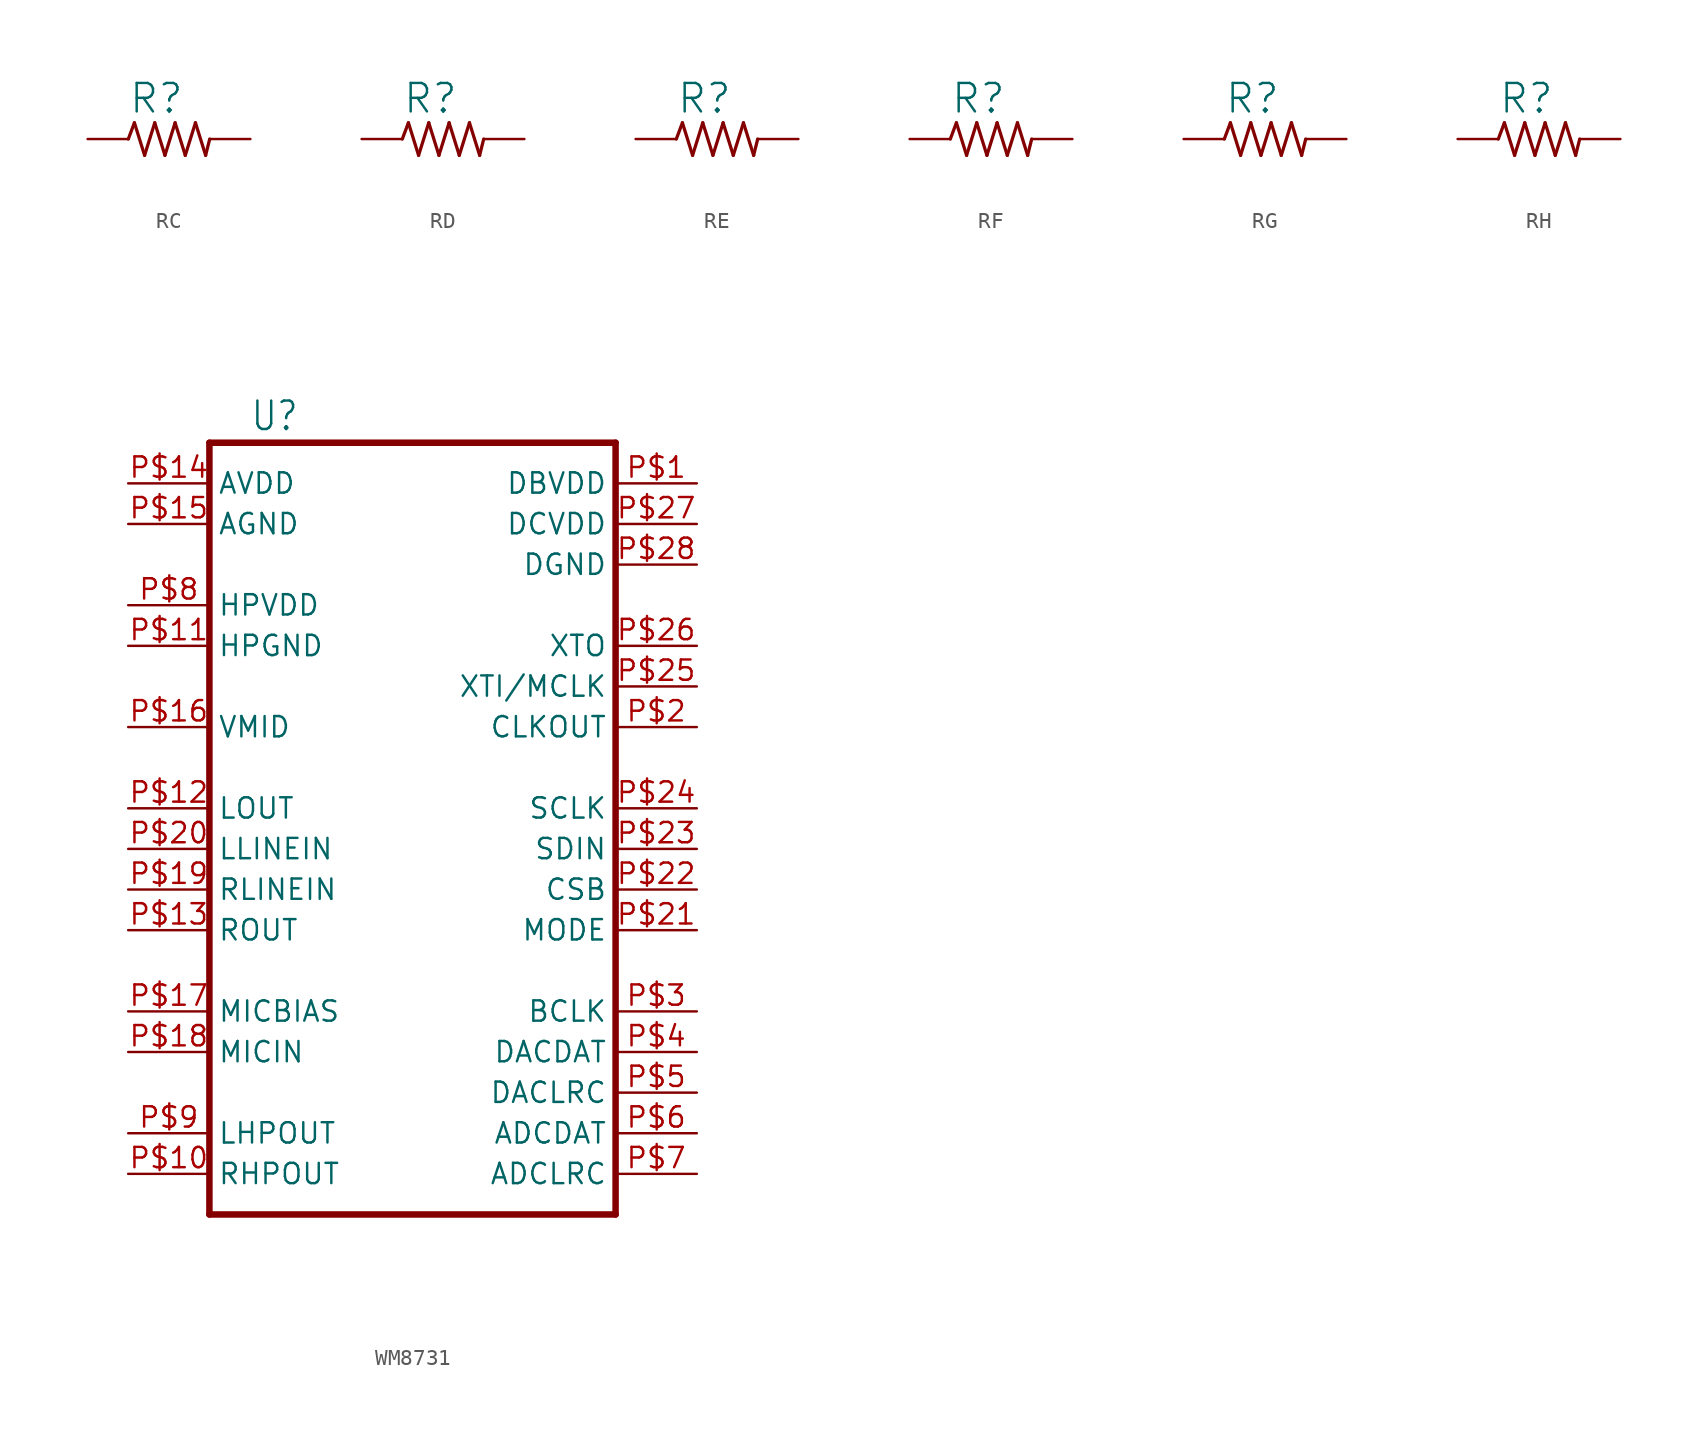
<source format=kicad_sym>
(kicad_symbol_lib
  (version 20231120)
  (generator "kicad_symbol_editor")
  (generator_version "8.0")
  (symbol "RC"
    (property "Reference" "R"
      (at -2.54 1.499 0)
      (effects (font (size 1.778 1.778)) (justify left bottom)))
    (property "Value" ""
      (at -5.08 -3.302 0)
      (effects (font (size 1.778 1.778)) (justify left bottom)))
    (property "ki_locked" ""
      (at 0 0 0)
      (effects (font (size 1.27 1.27))))
    (symbol "RC_1_0"
      (polyline (pts (xy -2.54 0) (xy -2.159 1.016)) (stroke (width 0.203) (type solid)) (fill (type none)))
      (polyline (pts (xy -2.159 1.016) (xy -1.524 -1.016)) (stroke (width 0.203) (type solid)) (fill (type none)))
      (polyline (pts (xy -1.524 -1.016) (xy -0.889 1.016)) (stroke (width 0.203) (type solid)) (fill (type none)))
      (polyline (pts (xy -0.889 1.016) (xy -0.254 -1.016)) (stroke (width 0.203) (type solid)) (fill (type none)))
      (polyline (pts (xy -0.254 -1.016) (xy 0.381 1.016)) (stroke (width 0.203) (type solid)) (fill (type none)))
      (polyline (pts (xy 0.381 1.016) (xy 1.016 -1.016)) (stroke (width 0.203) (type solid)) (fill (type none)))
      (polyline (pts (xy 1.016 -1.016) (xy 1.651 1.016)) (stroke (width 0.203) (type solid)) (fill (type none)))
      (polyline (pts (xy 1.651 1.016) (xy 2.286 -1.016)) (stroke (width 0.203) (type solid)) (fill (type none)))
      (polyline (pts (xy 2.286 -1.016) (xy 2.54 0)) (stroke (width 0.203) (type solid)) (fill (type none)))
      (pin passive line (at -5.08 0 0) (length 2.54) (name "1" (effects (font (size 0 0)))) (number "1" (effects (font (size 0 0)))))
      (pin passive line (at 5.08 0 180) (length 2.54) (name "2" (effects (font (size 0 0)))) (number "2" (effects (font (size 0 0)))))))
  (symbol "RD"
    (property "Reference" "R"
      (at -2.54 1.499 0)
      (effects (font (size 1.778 1.778)) (justify left bottom)))
    (property "Value" ""
      (at -5.08 -3.302 0)
      (effects (font (size 1.778 1.778)) (justify left bottom)))
    (property "ki_locked" ""
      (at 0 0 0)
      (effects (font (size 1.27 1.27))))
    (symbol "RD_1_0"
      (polyline (pts (xy -2.54 0) (xy -2.159 1.016)) (stroke (width 0.203) (type solid)) (fill (type none)))
      (polyline (pts (xy -2.159 1.016) (xy -1.524 -1.016)) (stroke (width 0.203) (type solid)) (fill (type none)))
      (polyline (pts (xy -1.524 -1.016) (xy -0.889 1.016)) (stroke (width 0.203) (type solid)) (fill (type none)))
      (polyline (pts (xy -0.889 1.016) (xy -0.254 -1.016)) (stroke (width 0.203) (type solid)) (fill (type none)))
      (polyline (pts (xy -0.254 -1.016) (xy 0.381 1.016)) (stroke (width 0.203) (type solid)) (fill (type none)))
      (polyline (pts (xy 0.381 1.016) (xy 1.016 -1.016)) (stroke (width 0.203) (type solid)) (fill (type none)))
      (polyline (pts (xy 1.016 -1.016) (xy 1.651 1.016)) (stroke (width 0.203) (type solid)) (fill (type none)))
      (polyline (pts (xy 1.651 1.016) (xy 2.286 -1.016)) (stroke (width 0.203) (type solid)) (fill (type none)))
      (polyline (pts (xy 2.286 -1.016) (xy 2.54 0)) (stroke (width 0.203) (type solid)) (fill (type none)))
      (pin passive line (at -5.08 0 0) (length 2.54) (name "1" (effects (font (size 0 0)))) (number "1" (effects (font (size 0 0)))))
      (pin passive line (at 5.08 0 180) (length 2.54) (name "2" (effects (font (size 0 0)))) (number "2" (effects (font (size 0 0)))))))
  (symbol "RE"
    (property "Reference" "R"
      (at -2.54 1.499 0)
      (effects (font (size 1.778 1.778)) (justify left bottom)))
    (property "Value" ""
      (at -5.08 -3.302 0)
      (effects (font (size 1.778 1.778)) (justify left bottom)))
    (property "ki_locked" ""
      (at 0 0 0)
      (effects (font (size 1.27 1.27))))
    (symbol "RE_1_0"
      (polyline (pts (xy -2.54 0) (xy -2.159 1.016)) (stroke (width 0.203) (type solid)) (fill (type none)))
      (polyline (pts (xy -2.159 1.016) (xy -1.524 -1.016)) (stroke (width 0.203) (type solid)) (fill (type none)))
      (polyline (pts (xy -1.524 -1.016) (xy -0.889 1.016)) (stroke (width 0.203) (type solid)) (fill (type none)))
      (polyline (pts (xy -0.889 1.016) (xy -0.254 -1.016)) (stroke (width 0.203) (type solid)) (fill (type none)))
      (polyline (pts (xy -0.254 -1.016) (xy 0.381 1.016)) (stroke (width 0.203) (type solid)) (fill (type none)))
      (polyline (pts (xy 0.381 1.016) (xy 1.016 -1.016)) (stroke (width 0.203) (type solid)) (fill (type none)))
      (polyline (pts (xy 1.016 -1.016) (xy 1.651 1.016)) (stroke (width 0.203) (type solid)) (fill (type none)))
      (polyline (pts (xy 1.651 1.016) (xy 2.286 -1.016)) (stroke (width 0.203) (type solid)) (fill (type none)))
      (polyline (pts (xy 2.286 -1.016) (xy 2.54 0)) (stroke (width 0.203) (type solid)) (fill (type none)))
      (pin passive line (at -5.08 0 0) (length 2.54) (name "1" (effects (font (size 0 0)))) (number "P$1" (effects (font (size 0 0)))))
      (pin passive line (at 5.08 0 180) (length 2.54) (name "2" (effects (font (size 0 0)))) (number "P$2" (effects (font (size 0 0)))))))
  (symbol "RF"
    (property "Reference" "R"
      (at -2.54 1.499 0)
      (effects (font (size 1.778 1.778)) (justify left bottom)))
    (property "Value" ""
      (at -5.08 -3.302 0)
      (effects (font (size 1.778 1.778)) (justify left bottom)))
    (property "ki_locked" ""
      (at 0 0 0)
      (effects (font (size 1.27 1.27))))
    (symbol "RF_1_0"
      (polyline (pts (xy -2.54 0) (xy -2.159 1.016)) (stroke (width 0.203) (type solid)) (fill (type none)))
      (polyline (pts (xy -2.159 1.016) (xy -1.524 -1.016)) (stroke (width 0.203) (type solid)) (fill (type none)))
      (polyline (pts (xy -1.524 -1.016) (xy -0.889 1.016)) (stroke (width 0.203) (type solid)) (fill (type none)))
      (polyline (pts (xy -0.889 1.016) (xy -0.254 -1.016)) (stroke (width 0.203) (type solid)) (fill (type none)))
      (polyline (pts (xy -0.254 -1.016) (xy 0.381 1.016)) (stroke (width 0.203) (type solid)) (fill (type none)))
      (polyline (pts (xy 0.381 1.016) (xy 1.016 -1.016)) (stroke (width 0.203) (type solid)) (fill (type none)))
      (polyline (pts (xy 1.016 -1.016) (xy 1.651 1.016)) (stroke (width 0.203) (type solid)) (fill (type none)))
      (polyline (pts (xy 1.651 1.016) (xy 2.286 -1.016)) (stroke (width 0.203) (type solid)) (fill (type none)))
      (polyline (pts (xy 2.286 -1.016) (xy 2.54 0)) (stroke (width 0.203) (type solid)) (fill (type none)))
      (pin passive line (at -5.08 0 0) (length 2.54) (name "1" (effects (font (size 0 0)))) (number "1" (effects (font (size 0 0)))))
      (pin passive line (at 5.08 0 180) (length 2.54) (name "2" (effects (font (size 0 0)))) (number "2" (effects (font (size 0 0)))))))
  (symbol "RG"
    (property "Reference" "R"
      (at -2.54 1.499 0)
      (effects (font (size 1.778 1.778)) (justify left bottom)))
    (property "Value" ""
      (at -5.08 -3.302 0)
      (effects (font (size 1.778 1.778)) (justify left bottom)))
    (property "ki_locked" ""
      (at 0 0 0)
      (effects (font (size 1.27 1.27))))
    (symbol "RG_1_0"
      (polyline (pts (xy -2.54 0) (xy -2.159 1.016)) (stroke (width 0.203) (type solid)) (fill (type none)))
      (polyline (pts (xy -2.159 1.016) (xy -1.524 -1.016)) (stroke (width 0.203) (type solid)) (fill (type none)))
      (polyline (pts (xy -1.524 -1.016) (xy -0.889 1.016)) (stroke (width 0.203) (type solid)) (fill (type none)))
      (polyline (pts (xy -0.889 1.016) (xy -0.254 -1.016)) (stroke (width 0.203) (type solid)) (fill (type none)))
      (polyline (pts (xy -0.254 -1.016) (xy 0.381 1.016)) (stroke (width 0.203) (type solid)) (fill (type none)))
      (polyline (pts (xy 0.381 1.016) (xy 1.016 -1.016)) (stroke (width 0.203) (type solid)) (fill (type none)))
      (polyline (pts (xy 1.016 -1.016) (xy 1.651 1.016)) (stroke (width 0.203) (type solid)) (fill (type none)))
      (polyline (pts (xy 1.651 1.016) (xy 2.286 -1.016)) (stroke (width 0.203) (type solid)) (fill (type none)))
      (polyline (pts (xy 2.286 -1.016) (xy 2.54 0)) (stroke (width 0.203) (type solid)) (fill (type none)))
      (pin passive line (at -5.08 0 0) (length 2.54) (name "1" (effects (font (size 0 0)))) (number "1" (effects (font (size 0 0)))))
      (pin passive line (at 5.08 0 180) (length 2.54) (name "2" (effects (font (size 0 0)))) (number "2" (effects (font (size 0 0)))))))
  (symbol "RH"
    (property "Reference" "R"
      (at -2.54 1.499 0)
      (effects (font (size 1.778 1.778)) (justify left bottom)))
    (property "Value" ""
      (at -5.08 -3.302 0)
      (effects (font (size 1.778 1.778)) (justify left bottom)))
    (property "ki_locked" ""
      (at 0 0 0)
      (effects (font (size 1.27 1.27))))
    (symbol "RH_1_0"
      (polyline (pts (xy -2.54 0) (xy -2.159 1.016)) (stroke (width 0.203) (type solid)) (fill (type none)))
      (polyline (pts (xy -2.159 1.016) (xy -1.524 -1.016)) (stroke (width 0.203) (type solid)) (fill (type none)))
      (polyline (pts (xy -1.524 -1.016) (xy -0.889 1.016)) (stroke (width 0.203) (type solid)) (fill (type none)))
      (polyline (pts (xy -0.889 1.016) (xy -0.254 -1.016)) (stroke (width 0.203) (type solid)) (fill (type none)))
      (polyline (pts (xy -0.254 -1.016) (xy 0.381 1.016)) (stroke (width 0.203) (type solid)) (fill (type none)))
      (polyline (pts (xy 0.381 1.016) (xy 1.016 -1.016)) (stroke (width 0.203) (type solid)) (fill (type none)))
      (polyline (pts (xy 1.016 -1.016) (xy 1.651 1.016)) (stroke (width 0.203) (type solid)) (fill (type none)))
      (polyline (pts (xy 1.651 1.016) (xy 2.286 -1.016)) (stroke (width 0.203) (type solid)) (fill (type none)))
      (polyline (pts (xy 2.286 -1.016) (xy 2.54 0)) (stroke (width 0.203) (type solid)) (fill (type none)))
      (pin passive line (at -5.08 0 0) (length 2.54) (name "1" (effects (font (size 0 0)))) (number "1" (effects (font (size 0 0)))))
      (pin passive line (at 5.08 0 180) (length 2.54) (name "2" (effects (font (size 0 0)))) (number "2" (effects (font (size 0 0)))))))
  (symbol "WM8731"
    (property "Reference" "U"
      (at -10.16 23.495 0)
      (effects (font (size 1.778 1.511)) (justify left bottom)))
    (property "Value" ""
      (at -10.16 -27.94 0)
      (effects (font (size 1.778 1.511)) (justify left bottom)))
    (property "ki_locked" ""
      (at 0 0 0)
      (effects (font (size 1.27 1.27))))
    (symbol "WM8731_1_0"
      (polyline (pts (xy -12.7 -25.4) (xy -12.7 22.86)) (stroke (width 0.406) (type solid)) (fill (type none)))
      (polyline (pts (xy -12.7 22.86) (xy 12.7 22.86)) (stroke (width 0.406) (type solid)) (fill (type none)))
      (polyline (pts (xy 12.7 -25.4) (xy -12.7 -25.4)) (stroke (width 0.406) (type solid)) (fill (type none)))
      (polyline (pts (xy 12.7 22.86) (xy 12.7 -25.4)) (stroke (width 0.406) (type solid)) (fill (type none)))
      (pin power_in line (at 17.78 20.32 180) (length 5.08) (name "DBVDD" (effects (font (size 1.27 1.27)))) (number "P$1" (effects (font (size 1.27 1.27)))))
      (pin output line (at -17.78 -22.86 0) (length 5.08) (name "RHPOUT" (effects (font (size 1.27 1.27)))) (number "P$10" (effects (font (size 1.27 1.27)))))
      (pin power_in line (at -17.78 10.16 0) (length 5.08) (name "HPGND" (effects (font (size 1.27 1.27)))) (number "P$11" (effects (font (size 1.27 1.27)))))
      (pin output line (at -17.78 0 0) (length 5.08) (name "LOUT" (effects (font (size 1.27 1.27)))) (number "P$12" (effects (font (size 1.27 1.27)))))
      (pin output line (at -17.78 -7.62 0) (length 5.08) (name "ROUT" (effects (font (size 1.27 1.27)))) (number "P$13" (effects (font (size 1.27 1.27)))))
      (pin power_in line (at -17.78 20.32 0) (length 5.08) (name "AVDD" (effects (font (size 1.27 1.27)))) (number "P$14" (effects (font (size 1.27 1.27)))))
      (pin power_in line (at -17.78 17.78 0) (length 5.08) (name "AGND" (effects (font (size 1.27 1.27)))) (number "P$15" (effects (font (size 1.27 1.27)))))
      (pin output line (at -17.78 5.08 0) (length 5.08) (name "VMID" (effects (font (size 1.27 1.27)))) (number "P$16" (effects (font (size 1.27 1.27)))))
      (pin output line (at -17.78 -12.7 0) (length 5.08) (name "MICBIAS" (effects (font (size 1.27 1.27)))) (number "P$17" (effects (font (size 1.27 1.27)))))
      (pin input line (at -17.78 -15.24 0) (length 5.08) (name "MICIN" (effects (font (size 1.27 1.27)))) (number "P$18" (effects (font (size 1.27 1.27)))))
      (pin input line (at -17.78 -5.08 0) (length 5.08) (name "RLINEIN" (effects (font (size 1.27 1.27)))) (number "P$19" (effects (font (size 1.27 1.27)))))
      (pin output line (at 17.78 5.08 180) (length 5.08) (name "CLKOUT" (effects (font (size 1.27 1.27)))) (number "P$2" (effects (font (size 1.27 1.27)))))
      (pin input line (at -17.78 -2.54 0) (length 5.08) (name "LLINEIN" (effects (font (size 1.27 1.27)))) (number "P$20" (effects (font (size 1.27 1.27)))))
      (pin input line (at 17.78 -7.62 180) (length 5.08) (name "MODE" (effects (font (size 1.27 1.27)))) (number "P$21" (effects (font (size 1.27 1.27)))))
      (pin input line (at 17.78 -5.08 180) (length 5.08) (name "CSB" (effects (font (size 1.27 1.27)))) (number "P$22" (effects (font (size 1.27 1.27)))))
      (pin bidirectional line (at 17.78 -2.54 180) (length 5.08) (name "SDIN" (effects (font (size 1.27 1.27)))) (number "P$23" (effects (font (size 1.27 1.27)))))
      (pin input line (at 17.78 0 180) (length 5.08) (name "SCLK" (effects (font (size 1.27 1.27)))) (number "P$24" (effects (font (size 1.27 1.27)))))
      (pin input line (at 17.78 7.62 180) (length 5.08) (name "XTI/MCLK" (effects (font (size 1.27 1.27)))) (number "P$25" (effects (font (size 1.27 1.27)))))
      (pin output line (at 17.78 10.16 180) (length 5.08) (name "XTO" (effects (font (size 1.27 1.27)))) (number "P$26" (effects (font (size 1.27 1.27)))))
      (pin power_in line (at 17.78 17.78 180) (length 5.08) (name "DCVDD" (effects (font (size 1.27 1.27)))) (number "P$27" (effects (font (size 1.27 1.27)))))
      (pin power_in line (at 17.78 15.24 180) (length 5.08) (name "DGND" (effects (font (size 1.27 1.27)))) (number "P$28" (effects (font (size 1.27 1.27)))))
      (pin bidirectional line (at 17.78 -12.7 180) (length 5.08) (name "BCLK" (effects (font (size 1.27 1.27)))) (number "P$3" (effects (font (size 1.27 1.27)))))
      (pin input line (at 17.78 -15.24 180) (length 5.08) (name "DACDAT" (effects (font (size 1.27 1.27)))) (number "P$4" (effects (font (size 1.27 1.27)))))
      (pin bidirectional line (at 17.78 -17.78 180) (length 5.08) (name "DACLRC" (effects (font (size 1.27 1.27)))) (number "P$5" (effects (font (size 1.27 1.27)))))
      (pin output line (at 17.78 -20.32 180) (length 5.08) (name "ADCDAT" (effects (font (size 1.27 1.27)))) (number "P$6" (effects (font (size 1.27 1.27)))))
      (pin bidirectional line (at 17.78 -22.86 180) (length 5.08) (name "ADCLRC" (effects (font (size 1.27 1.27)))) (number "P$7" (effects (font (size 1.27 1.27)))))
      (pin power_in line (at -17.78 12.7 0) (length 5.08) (name "HPVDD" (effects (font (size 1.27 1.27)))) (number "P$8" (effects (font (size 1.27 1.27)))))
      (pin output line (at -17.78 -20.32 0) (length 5.08) (name "LHPOUT" (effects (font (size 1.27 1.27)))) (number "P$9" (effects (font (size 1.27 1.27))))))))
</source>
